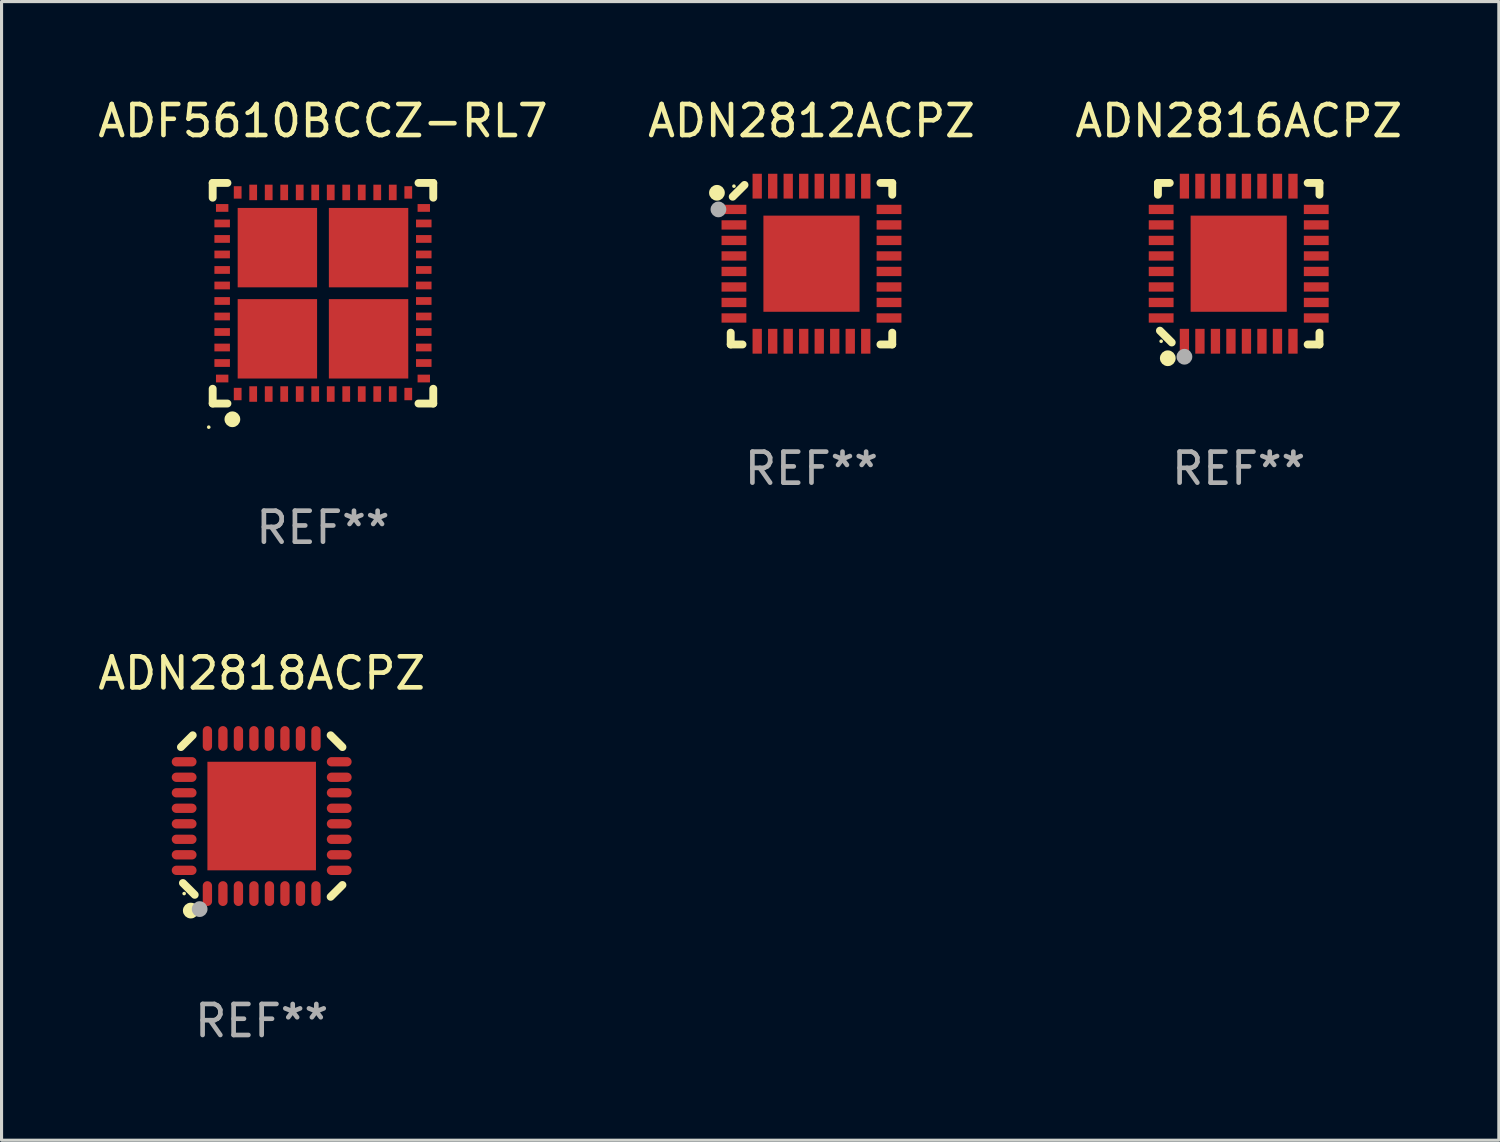
<source format=kicad_pcb>
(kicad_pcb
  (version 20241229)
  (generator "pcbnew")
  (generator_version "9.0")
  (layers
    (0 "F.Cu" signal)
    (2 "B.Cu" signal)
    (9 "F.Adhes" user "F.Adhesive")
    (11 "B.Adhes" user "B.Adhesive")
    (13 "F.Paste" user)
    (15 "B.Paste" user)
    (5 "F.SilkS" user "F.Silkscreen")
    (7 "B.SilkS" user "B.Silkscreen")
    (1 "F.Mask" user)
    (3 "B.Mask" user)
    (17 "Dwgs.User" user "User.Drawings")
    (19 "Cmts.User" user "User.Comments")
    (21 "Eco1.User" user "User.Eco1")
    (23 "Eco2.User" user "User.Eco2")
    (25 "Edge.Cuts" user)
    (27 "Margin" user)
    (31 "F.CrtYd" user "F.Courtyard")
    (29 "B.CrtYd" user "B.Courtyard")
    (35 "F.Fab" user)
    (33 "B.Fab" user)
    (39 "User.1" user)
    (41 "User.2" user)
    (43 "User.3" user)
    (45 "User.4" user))
  (footprint "ADN2818ACPZ"
    (layer "F.Cu")
    (at 5.387 23.26)
    (property "Reference" "ADN2818ACPZ" (at 0 -4.604 0) (layer "F.SilkS") (effects (font (size 1 1) (thickness 0.15))))
    (attr through_hole)
    (fp_line (start -2.54 2.159) (end -2.159 2.54) (stroke (width 0.254) (type solid)) (layer "F.SilkS"))
    (fp_line (start -2.223 -2.604) (end -2.604 -2.223) (stroke (width 0.254) (type solid)) (layer "F.SilkS"))
    (fp_line (start 2.223 -2.604) (end 2.604 -2.223) (stroke (width 0.254) (type solid)) (layer "F.SilkS"))
    (fp_line (start 2.604 2.223) (end 2.223 2.604) (stroke (width 0.254) (type solid)) (layer "F.SilkS"))
    (fp_circle (center -2.5 2.5) (end -2.47 2.5) (stroke (width 0.06) (type solid)) (fill no) (layer "F.SilkS"))
    (fp_circle (center -2.286 3.048) (end -2.159 3.048) (stroke (width 0.254) (type solid)) (fill no) (layer "F.SilkS"))
    (fp_circle (center -2 3) (end -1.873 3) (stroke (width 0.254) (type solid)) (fill no) (layer "F.Fab"))
    (fp_text user "REF**" (at 0 6.604 0) (layer "F.Fab") (effects (font (size 1 1) (thickness 0.15))))
    (pad "1" smd oval (at -1.75 2.5 90) (size 0.8 0.3) (layers "F.Cu" "F.Mask" "F.Paste"))
    (pad "2" smd oval (at -1.25 2.5 90) (size 0.8 0.3) (layers "F.Cu" "F.Mask" "F.Paste"))
    (pad "3" smd oval (at -0.75 2.5 90) (size 0.8 0.3) (layers "F.Cu" "F.Mask" "F.Paste"))
    (pad "4" smd oval (at -0.25 2.5 90) (size 0.8 0.3) (layers "F.Cu" "F.Mask" "F.Paste"))
    (pad "5" smd oval (at 0.25 2.5 90) (size 0.8 0.3) (layers "F.Cu" "F.Mask" "F.Paste"))
    (pad "6" smd oval (at 0.75 2.5 90) (size 0.8 0.3) (layers "F.Cu" "F.Mask" "F.Paste"))
    (pad "7" smd oval (at 1.25 2.5 90) (size 0.8 0.3) (layers "F.Cu" "F.Mask" "F.Paste"))
    (pad "8" smd oval (at 1.75 2.5 90) (size 0.8 0.3) (layers "F.Cu" "F.Mask" "F.Paste"))
    (pad "9" smd oval (at 2.5 1.75 180) (size 0.8 0.3) (layers "F.Cu" "F.Mask" "F.Paste"))
    (pad "10" smd oval (at 2.5 1.25 180) (size 0.8 0.3) (layers "F.Cu" "F.Mask" "F.Paste"))
    (pad "11" smd oval (at 2.5 0.75 180) (size 0.8 0.3) (layers "F.Cu" "F.Mask" "F.Paste"))
    (pad "12" smd oval (at 2.5 0.25 180) (size 0.8 0.3) (layers "F.Cu" "F.Mask" "F.Paste"))
    (pad "13" smd oval (at 2.5 -0.25 180) (size 0.8 0.3) (layers "F.Cu" "F.Mask" "F.Paste"))
    (pad "14" smd oval (at 2.5 -0.75 180) (size 0.8 0.3) (layers "F.Cu" "F.Mask" "F.Paste"))
    (pad "15" smd oval (at 2.5 -1.25 180) (size 0.8 0.3) (layers "F.Cu" "F.Mask" "F.Paste"))
    (pad "16" smd oval (at 2.5 -1.75 180) (size 0.8 0.3) (layers "F.Cu" "F.Mask" "F.Paste"))
    (pad "17" smd oval (at 1.75 -2.5 270) (size 0.8 0.3) (layers "F.Cu" "F.Mask" "F.Paste"))
    (pad "18" smd oval (at 1.25 -2.5 270) (size 0.8 0.3) (layers "F.Cu" "F.Mask" "F.Paste"))
    (pad "19" smd oval (at 0.75 -2.5 270) (size 0.8 0.3) (layers "F.Cu" "F.Mask" "F.Paste"))
    (pad "20" smd oval (at 0.25 -2.5 270) (size 0.8 0.3) (layers "F.Cu" "F.Mask" "F.Paste"))
    (pad "21" smd oval (at -0.25 -2.5 270) (size 0.8 0.3) (layers "F.Cu" "F.Mask" "F.Paste"))
    (pad "22" smd oval (at -0.75 -2.5 270) (size 0.8 0.3) (layers "F.Cu" "F.Mask" "F.Paste"))
    (pad "23" smd oval (at -1.25 -2.5 270) (size 0.8 0.3) (layers "F.Cu" "F.Mask" "F.Paste"))
    (pad "24" smd oval (at -1.75 -2.5 270) (size 0.8 0.3) (layers "F.Cu" "F.Mask" "F.Paste"))
    (pad "25" smd oval (at -2.5 -1.75) (size 0.8 0.3) (layers "F.Cu" "F.Mask" "F.Paste"))
    (pad "26" smd oval (at -2.5 -1.25) (size 0.8 0.3) (layers "F.Cu" "F.Mask" "F.Paste"))
    (pad "27" smd oval (at -2.5 -0.75) (size 0.8 0.3) (layers "F.Cu" "F.Mask" "F.Paste"))
    (pad "28" smd oval (at -2.5 -0.25) (size 0.8 0.3) (layers "F.Cu" "F.Mask" "F.Paste"))
    (pad "29" smd oval (at -2.5 0.25) (size 0.8 0.3) (layers "F.Cu" "F.Mask" "F.Paste"))
    (pad "30" smd oval (at -2.5 0.75) (size 0.8 0.3) (layers "F.Cu" "F.Mask" "F.Paste"))
    (pad "31" smd oval (at -2.5 1.25) (size 0.8 0.3) (layers "F.Cu" "F.Mask" "F.Paste"))
    (pad "32" smd oval (at -2.5 1.75) (size 0.8 0.3) (layers "F.Cu" "F.Mask" "F.Paste"))
    (pad "33" smd rect (at 0 -0.000025 90) (size 3.5 3.5) (layers "F.Cu" "F.Mask" "F.Paste")))
  (footprint "ADN2812ACPZ"
    (layer "F.Cu")
    (at 23.113 5.452)
    (property "Reference" "ADN2812ACPZ" (at 0 -4.604 0) (layer "F.SilkS") (effects (font (size 1 1) (thickness 0.15))))
    (attr through_hole)
    (fp_line (start -2.604 2.223) (end -2.604 2.604) (stroke (width 0.254) (type solid)) (layer "F.SilkS"))
    (fp_line (start -2.604 2.604) (end -2.223 2.604) (stroke (width 0.254) (type solid)) (layer "F.SilkS"))
    (fp_line (start -2.159 -2.54) (end -2.54 -2.159) (stroke (width 0.254) (type solid)) (layer "F.SilkS"))
    (fp_line (start 2.223 2.604) (end 2.604 2.604) (stroke (width 0.254) (type solid)) (layer "F.SilkS"))
    (fp_line (start 2.604 -2.604) (end 2.223 -2.604) (stroke (width 0.254) (type solid)) (layer "F.SilkS"))
    (fp_line (start 2.604 -2.223) (end 2.604 -2.604) (stroke (width 0.254) (type solid)) (layer "F.SilkS"))
    (fp_line (start 2.604 2.604) (end 2.604 2.223) (stroke (width 0.254) (type solid)) (layer "F.SilkS"))
    (fp_circle (center -3.048 -2.286) (end -2.921 -2.286) (stroke (width 0.254) (type solid)) (fill no) (layer "F.SilkS"))
    (fp_circle (center -2.5 -2.5) (end -2.47 -2.5) (stroke (width 0.06) (type solid)) (fill no) (layer "F.SilkS"))
    (fp_circle (center -3 -1.75) (end -2.873 -1.75) (stroke (width 0.254) (type solid)) (fill no) (layer "F.Fab"))
    (fp_text user "REF**" (at 0 6.604 0) (layer "F.Fab") (effects (font (size 1 1) (thickness 0.15))))
    (pad "1" smd rect (at -2.5 -1.75 270) (size 0.3 0.8) (layers "F.Cu" "F.Mask" "F.Paste"))
    (pad "2" smd rect (at -2.5 -1.25 270) (size 0.3 0.8) (layers "F.Cu" "F.Mask" "F.Paste"))
    (pad "3" smd rect (at -2.5 -0.75 270) (size 0.3 0.8) (layers "F.Cu" "F.Mask" "F.Paste"))
    (pad "4" smd rect (at -2.5 -0.25 270) (size 0.3 0.8) (layers "F.Cu" "F.Mask" "F.Paste"))
    (pad "5" smd rect (at -2.5 0.25 270) (size 0.3 0.8) (layers "F.Cu" "F.Mask" "F.Paste"))
    (pad "6" smd rect (at -2.5 0.75 270) (size 0.3 0.8) (layers "F.Cu" "F.Mask" "F.Paste"))
    (pad "7" smd rect (at -2.5 1.25 270) (size 0.3 0.8) (layers "F.Cu" "F.Mask" "F.Paste"))
    (pad "8" smd rect (at -2.5 1.75 270) (size 0.3 0.8) (layers "F.Cu" "F.Mask" "F.Paste"))
    (pad "9" smd rect (at -1.75 2.5 270) (size 0.8 0.3) (layers "F.Cu" "F.Mask" "F.Paste"))
    (pad "10" smd rect (at -1.25 2.5 270) (size 0.8 0.3) (layers "F.Cu" "F.Mask" "F.Paste"))
    (pad "11" smd rect (at -0.75 2.5 270) (size 0.8 0.3) (layers "F.Cu" "F.Mask" "F.Paste"))
    (pad "12" smd rect (at -0.25 2.5 270) (size 0.8 0.3) (layers "F.Cu" "F.Mask" "F.Paste"))
    (pad "13" smd rect (at 0.25 2.5 270) (size 0.8 0.3) (layers "F.Cu" "F.Mask" "F.Paste"))
    (pad "14" smd rect (at 0.75 2.5 270) (size 0.8 0.3) (layers "F.Cu" "F.Mask" "F.Paste"))
    (pad "15" smd rect (at 1.25 2.5 270) (size 0.8 0.3) (layers "F.Cu" "F.Mask" "F.Paste"))
    (pad "16" smd rect (at 1.75 2.5 270) (size 0.8 0.3) (layers "F.Cu" "F.Mask" "F.Paste"))
    (pad "17" smd rect (at 2.5 1.75 270) (size 0.3 0.8) (layers "F.Cu" "F.Mask" "F.Paste"))
    (pad "18" smd rect (at 2.5 1.25 270) (size 0.3 0.8) (layers "F.Cu" "F.Mask" "F.Paste"))
    (pad "19" smd rect (at 2.5 0.75 270) (size 0.3 0.8) (layers "F.Cu" "F.Mask" "F.Paste"))
    (pad "20" smd rect (at 2.5 0.25 270) (size 0.3 0.8) (layers "F.Cu" "F.Mask" "F.Paste"))
    (pad "21" smd rect (at 2.5 -0.25 270) (size 0.3 0.8) (layers "F.Cu" "F.Mask" "F.Paste"))
    (pad "22" smd rect (at 2.5 -0.75 270) (size 0.3 0.8) (layers "F.Cu" "F.Mask" "F.Paste"))
    (pad "23" smd rect (at 2.5 -1.25 270) (size 0.3 0.8) (layers "F.Cu" "F.Mask" "F.Paste"))
    (pad "24" smd rect (at 2.5 -1.75 270) (size 0.3 0.8) (layers "F.Cu" "F.Mask" "F.Paste"))
    (pad "25" smd rect (at 1.75 -2.5 270) (size 0.8 0.3) (layers "F.Cu" "F.Mask" "F.Paste"))
    (pad "26" smd rect (at 1.25 -2.5 270) (size 0.8 0.3) (layers "F.Cu" "F.Mask" "F.Paste"))
    (pad "27" smd rect (at 0.75 -2.5 270) (size 0.8 0.3) (layers "F.Cu" "F.Mask" "F.Paste"))
    (pad "28" smd rect (at 0.25 -2.5 270) (size 0.8 0.3) (layers "F.Cu" "F.Mask" "F.Paste"))
    (pad "29" smd rect (at -0.25 -2.5 270) (size 0.8 0.3) (layers "F.Cu" "F.Mask" "F.Paste"))
    (pad "30" smd rect (at -0.75 -2.5 270) (size 0.8 0.3) (layers "F.Cu" "F.Mask" "F.Paste"))
    (pad "31" smd rect (at -1.25 -2.5 270) (size 0.8 0.3) (layers "F.Cu" "F.Mask" "F.Paste"))
    (pad "32" smd rect (at -1.75 -2.5 270) (size 0.8 0.3) (layers "F.Cu" "F.Mask" "F.Paste"))
    (pad "33" smd rect (at 0.000025 0 270) (size 3.1 3.1) (layers "F.Cu" "F.Mask" "F.Paste")))
  (footprint "ADN2816ACPZ"
    (layer "F.Cu")
    (at 36.887 5.452)
    (property "Reference" "ADN2816ACPZ" (at 0 -4.604 0) (layer "F.SilkS") (effects (font (size 1 1) (thickness 0.15))))
    (attr through_hole)
    (fp_line (start -2.604 -2.604) (end -2.604 -2.223) (stroke (width 0.254) (type solid)) (layer "F.SilkS"))
    (fp_line (start -2.54 2.159) (end -2.159 2.54) (stroke (width 0.254) (type solid)) (layer "F.SilkS"))
    (fp_line (start -2.223 -2.604) (end -2.604 -2.604) (stroke (width 0.254) (type solid)) (layer "F.SilkS"))
    (fp_line (start 2.223 2.604) (end 2.604 2.604) (stroke (width 0.254) (type solid)) (layer "F.SilkS"))
    (fp_line (start 2.604 -2.604) (end 2.223 -2.604) (stroke (width 0.254) (type solid)) (layer "F.SilkS"))
    (fp_line (start 2.604 -2.223) (end 2.604 -2.604) (stroke (width 0.254) (type solid)) (layer "F.SilkS"))
    (fp_line (start 2.604 2.604) (end 2.604 2.223) (stroke (width 0.254) (type solid)) (layer "F.SilkS"))
    (fp_circle (center -2.5 2.5) (end -2.47 2.5) (stroke (width 0.06) (type solid)) (fill no) (layer "F.SilkS"))
    (fp_circle (center -2.286 3.048) (end -2.159 3.048) (stroke (width 0.254) (type solid)) (fill no) (layer "F.SilkS"))
    (fp_circle (center -1.75 3) (end -1.623 3) (stroke (width 0.254) (type solid)) (fill no) (layer "F.Fab"))
    (fp_text user "REF**" (at 0 6.604 0) (layer "F.Fab") (effects (font (size 1 1) (thickness 0.15))))
    (pad "1" smd rect (at -1.75 2.5) (size 0.3 0.8) (layers "F.Cu" "F.Mask" "F.Paste"))
    (pad "2" smd rect (at -1.25 2.5) (size 0.3 0.8) (layers "F.Cu" "F.Mask" "F.Paste"))
    (pad "3" smd rect (at -0.75 2.5) (size 0.3 0.8) (layers "F.Cu" "F.Mask" "F.Paste"))
    (pad "4" smd rect (at -0.25 2.5) (size 0.3 0.8) (layers "F.Cu" "F.Mask" "F.Paste"))
    (pad "5" smd rect (at 0.25 2.5) (size 0.3 0.8) (layers "F.Cu" "F.Mask" "F.Paste"))
    (pad "6" smd rect (at 0.75 2.5) (size 0.3 0.8) (layers "F.Cu" "F.Mask" "F.Paste"))
    (pad "7" smd rect (at 1.25 2.5) (size 0.3 0.8) (layers "F.Cu" "F.Mask" "F.Paste"))
    (pad "8" smd rect (at 1.75 2.5) (size 0.3 0.8) (layers "F.Cu" "F.Mask" "F.Paste"))
    (pad "9" smd rect (at 2.5 1.75) (size 0.8 0.3) (layers "F.Cu" "F.Mask" "F.Paste"))
    (pad "10" smd rect (at 2.5 1.25) (size 0.8 0.3) (layers "F.Cu" "F.Mask" "F.Paste"))
    (pad "11" smd rect (at 2.5 0.75) (size 0.8 0.3) (layers "F.Cu" "F.Mask" "F.Paste"))
    (pad "12" smd rect (at 2.5 0.25) (size 0.8 0.3) (layers "F.Cu" "F.Mask" "F.Paste"))
    (pad "13" smd rect (at 2.5 -0.25) (size 0.8 0.3) (layers "F.Cu" "F.Mask" "F.Paste"))
    (pad "14" smd rect (at 2.5 -0.75) (size 0.8 0.3) (layers "F.Cu" "F.Mask" "F.Paste"))
    (pad "15" smd rect (at 2.5 -1.25) (size 0.8 0.3) (layers "F.Cu" "F.Mask" "F.Paste"))
    (pad "16" smd rect (at 2.5 -1.75) (size 0.8 0.3) (layers "F.Cu" "F.Mask" "F.Paste"))
    (pad "17" smd rect (at 1.75 -2.5) (size 0.3 0.8) (layers "F.Cu" "F.Mask" "F.Paste"))
    (pad "18" smd rect (at 1.25 -2.5) (size 0.3 0.8) (layers "F.Cu" "F.Mask" "F.Paste"))
    (pad "19" smd rect (at 0.75 -2.5) (size 0.3 0.8) (layers "F.Cu" "F.Mask" "F.Paste"))
    (pad "20" smd rect (at 0.25 -2.5) (size 0.3 0.8) (layers "F.Cu" "F.Mask" "F.Paste"))
    (pad "21" smd rect (at -0.25 -2.5) (size 0.3 0.8) (layers "F.Cu" "F.Mask" "F.Paste"))
    (pad "22" smd rect (at -0.75 -2.5) (size 0.3 0.8) (layers "F.Cu" "F.Mask" "F.Paste"))
    (pad "23" smd rect (at -1.25 -2.5) (size 0.3 0.8) (layers "F.Cu" "F.Mask" "F.Paste"))
    (pad "24" smd rect (at -1.75 -2.5) (size 0.3 0.8) (layers "F.Cu" "F.Mask" "F.Paste"))
    (pad "25" smd rect (at -2.5 -1.75) (size 0.8 0.3) (layers "F.Cu" "F.Mask" "F.Paste"))
    (pad "26" smd rect (at -2.5 -1.25) (size 0.8 0.3) (layers "F.Cu" "F.Mask" "F.Paste"))
    (pad "27" smd rect (at -2.5 -0.75) (size 0.8 0.3) (layers "F.Cu" "F.Mask" "F.Paste"))
    (pad "28" smd rect (at -2.5 -0.25) (size 0.8 0.3) (layers "F.Cu" "F.Mask" "F.Paste"))
    (pad "29" smd rect (at -2.5 0.25) (size 0.8 0.3) (layers "F.Cu" "F.Mask" "F.Paste"))
    (pad "30" smd rect (at -2.5 0.75) (size 0.8 0.3) (layers "F.Cu" "F.Mask" "F.Paste"))
    (pad "31" smd rect (at -2.5 1.25) (size 0.8 0.3) (layers "F.Cu" "F.Mask" "F.Paste"))
    (pad "32" smd rect (at -2.5 1.75) (size 0.8 0.3) (layers "F.Cu" "F.Mask" "F.Paste"))
    (pad "33" smd rect (at 0 -0.000025) (size 3.1 3.1) (layers "F.Cu" "F.Mask" "F.Paste")))
  (footprint "ADF5610BCCZ-RL7"
    (layer "F.Cu")
    (at 7.363 6.404)
    (property "Reference" "ADF5610BCCZ-RL7" (at 0 -5.556 0) (layer "F.SilkS") (effects (font (size 1 1) (thickness 0.15))))
    (attr through_hole)
    (fp_line (start -3.556 -3.556) (end -3.556 -3.08) (stroke (width 0.254) (type solid)) (layer "F.SilkS"))
    (fp_line (start -3.556 3.08) (end -3.556 3.556) (stroke (width 0.254) (type solid)) (layer "F.SilkS"))
    (fp_line (start -3.556 3.556) (end -3.08 3.556) (stroke (width 0.254) (type solid)) (layer "F.SilkS"))
    (fp_line (start -3.08 -3.556) (end -3.556 -3.556) (stroke (width 0.254) (type solid)) (layer "F.SilkS"))
    (fp_line (start 3.08 3.556) (end 3.556 3.556) (stroke (width 0.254) (type solid)) (layer "F.SilkS"))
    (fp_line (start 3.556 -3.556) (end 3.08 -3.556) (stroke (width 0.254) (type solid)) (layer "F.SilkS"))
    (fp_line (start 3.556 -3.08) (end 3.556 -3.556) (stroke (width 0.254) (type solid)) (layer "F.SilkS"))
    (fp_line (start 3.556 3.556) (end 3.556 3.08) (stroke (width 0.254) (type solid)) (layer "F.SilkS"))
    (fp_circle (center -3.683 4.318) (end -3.653 4.318) (stroke (width 0.06) (type solid)) (fill no) (layer "F.SilkS"))
    (fp_circle (center -2.921 4.064) (end -2.794 4.064) (stroke (width 0.254) (type solid)) (fill no) (layer "F.SilkS"))
    (fp_text user "REF**" (at 0 7.556 0) (layer "F.Fab") (effects (font (size 1 1) (thickness 0.15))))
    (pad "1" smd rect (at -2.75 3.25) (size 0.25 0.4) (layers "F.Cu" "F.Mask" "F.Paste"))
    (pad "2" smd rect (at -2.25 3.25) (size 0.25 0.5) (layers "F.Cu" "F.Mask" "F.Paste"))
    (pad "3" smd rect (at -1.75 3.25) (size 0.25 0.5) (layers "F.Cu" "F.Mask" "F.Paste"))
    (pad "4" smd rect (at -1.25 3.25) (size 0.25 0.5) (layers "F.Cu" "F.Mask" "F.Paste"))
    (pad "5" smd rect (at -0.75 3.25) (size 0.25 0.5) (layers "F.Cu" "F.Mask" "F.Paste"))
    (pad "6" smd rect (at -0.25 3.25) (size 0.25 0.5) (layers "F.Cu" "F.Mask" "F.Paste"))
    (pad "7" smd rect (at 0.25 3.25) (size 0.25 0.5) (layers "F.Cu" "F.Mask" "F.Paste"))
    (pad "8" smd rect (at 0.75 3.25) (size 0.25 0.5) (layers "F.Cu" "F.Mask" "F.Paste"))
    (pad "9" smd rect (at 1.25 3.25) (size 0.25 0.5) (layers "F.Cu" "F.Mask" "F.Paste"))
    (pad "10" smd rect (at 1.75 3.25) (size 0.25 0.5) (layers "F.Cu" "F.Mask" "F.Paste"))
    (pad "11" smd rect (at 2.25 3.25) (size 0.25 0.5) (layers "F.Cu" "F.Mask" "F.Paste"))
    (pad "12" smd rect (at 2.75 3.25) (size 0.25 0.4) (layers "F.Cu" "F.Mask" "F.Paste"))
    (pad "13" smd rect (at 3.25 2.75 90) (size 0.25 0.4) (layers "F.Cu" "F.Mask" "F.Paste"))
    (pad "14" smd rect (at 3.25 2.25 90) (size 0.25 0.5) (layers "F.Cu" "F.Mask" "F.Paste"))
    (pad "15" smd rect (at 3.25 1.75 90) (size 0.25 0.5) (layers "F.Cu" "F.Mask" "F.Paste"))
    (pad "16" smd rect (at 3.25 1.25 90) (size 0.25 0.5) (layers "F.Cu" "F.Mask" "F.Paste"))
    (pad "17" smd rect (at 3.25 0.75 90) (size 0.25 0.5) (layers "F.Cu" "F.Mask" "F.Paste"))
    (pad "18" smd rect (at 3.25 0.25 90) (size 0.25 0.5) (layers "F.Cu" "F.Mask" "F.Paste"))
    (pad "19" smd rect (at 3.25 -0.25 90) (size 0.25 0.5) (layers "F.Cu" "F.Mask" "F.Paste"))
    (pad "20" smd rect (at 3.25 -0.75 90) (size 0.25 0.5) (layers "F.Cu" "F.Mask" "F.Paste"))
    (pad "21" smd rect (at 3.25 -1.25 90) (size 0.25 0.5) (layers "F.Cu" "F.Mask" "F.Paste"))
    (pad "22" smd rect (at 3.25 -1.75 90) (size 0.25 0.5) (layers "F.Cu" "F.Mask" "F.Paste"))
    (pad "23" smd rect (at 3.25 -2.25 90) (size 0.25 0.5) (layers "F.Cu" "F.Mask" "F.Paste"))
    (pad "24" smd rect (at 3.25 -2.75 90) (size 0.25 0.4) (layers "F.Cu" "F.Mask" "F.Paste"))
    (pad "25" smd rect (at 2.75 -3.25 180) (size 0.25 0.4) (layers "F.Cu" "F.Mask" "F.Paste"))
    (pad "26" smd rect (at 2.25 -3.25 180) (size 0.25 0.5) (layers "F.Cu" "F.Mask" "F.Paste"))
    (pad "27" smd rect (at 1.75 -3.25 180) (size 0.25 0.5) (layers "F.Cu" "F.Mask" "F.Paste"))
    (pad "28" smd rect (at 1.25 -3.25 180) (size 0.25 0.5) (layers "F.Cu" "F.Mask" "F.Paste"))
    (pad "29" smd rect (at 0.75 -3.25 180) (size 0.25 0.5) (layers "F.Cu" "F.Mask" "F.Paste"))
    (pad "30" smd rect (at 0.25 -3.25 180) (size 0.25 0.5) (layers "F.Cu" "F.Mask" "F.Paste"))
    (pad "31" smd rect (at -0.25 -3.25 180) (size 0.25 0.5) (layers "F.Cu" "F.Mask" "F.Paste"))
    (pad "32" smd rect (at -0.75 -3.25 180) (size 0.25 0.5) (layers "F.Cu" "F.Mask" "F.Paste"))
    (pad "33" smd rect (at -1.25 -3.25 180) (size 0.25 0.5) (layers "F.Cu" "F.Mask" "F.Paste"))
    (pad "34" smd rect (at -1.75 -3.25 180) (size 0.25 0.5) (layers "F.Cu" "F.Mask" "F.Paste"))
    (pad "35" smd rect (at -2.25 -3.25 180) (size 0.25 0.5) (layers "F.Cu" "F.Mask" "F.Paste"))
    (pad "36" smd rect (at -2.75 -3.25 180) (size 0.25 0.4) (layers "F.Cu" "F.Mask" "F.Paste"))
    (pad "37" smd rect (at -3.25 -2.75 270) (size 0.25 0.4) (layers "F.Cu" "F.Mask" "F.Paste"))
    (pad "38" smd rect (at -3.25 -2.25 270) (size 0.25 0.5) (layers "F.Cu" "F.Mask" "F.Paste"))
    (pad "39" smd rect (at -3.25 -1.75 270) (size 0.25 0.5) (layers "F.Cu" "F.Mask" "F.Paste"))
    (pad "40" smd rect (at -3.25 -1.25 270) (size 0.25 0.5) (layers "F.Cu" "F.Mask" "F.Paste"))
    (pad "41" smd rect (at -3.25 -0.75 270) (size 0.25 0.5) (layers "F.Cu" "F.Mask" "F.Paste"))
    (pad "42" smd rect (at -3.25 -0.25 270) (size 0.25 0.5) (layers "F.Cu" "F.Mask" "F.Paste"))
    (pad "43" smd rect (at -3.25 0.25 270) (size 0.25 0.5) (layers "F.Cu" "F.Mask" "F.Paste"))
    (pad "44" smd rect (at -3.25 0.75 270) (size 0.25 0.5) (layers "F.Cu" "F.Mask" "F.Paste"))
    (pad "45" smd rect (at -3.25 1.25 270) (size 0.25 0.5) (layers "F.Cu" "F.Mask" "F.Paste"))
    (pad "46" smd rect (at -3.25 1.75 270) (size 0.25 0.5) (layers "F.Cu" "F.Mask" "F.Paste"))
    (pad "47" smd rect (at -3.25 2.25 270) (size 0.25 0.5) (layers "F.Cu" "F.Mask" "F.Paste"))
    (pad "48" smd rect (at -3.25 2.75 270) (size 0.25 0.4) (layers "F.Cu" "F.Mask" "F.Paste"))
    (pad "49" smd rect (at -1.47 -1.47 180) (size 2.56 2.56) (layers "F.Cu" "F.Mask" "F.Paste"))
    (pad "49" smd rect (at -1.47 1.47 180) (size 2.56 2.56) (layers "F.Cu" "F.Mask" "F.Paste"))
    (pad "49" smd rect (at 1.47 -1.47 180) (size 2.56 2.56) (layers "F.Cu" "F.Mask" "F.Paste"))
    (pad "49" smd rect (at 1.47 1.47 180) (size 2.56 2.56) (layers "F.Cu" "F.Mask" "F.Paste")))
  (gr_rect
    (start -3 -3)
    (end 45.274 33.712)
    (stroke (width 0.1) (type default))
    (fill no)
    (layer "Edge.Cuts")))
</source>
